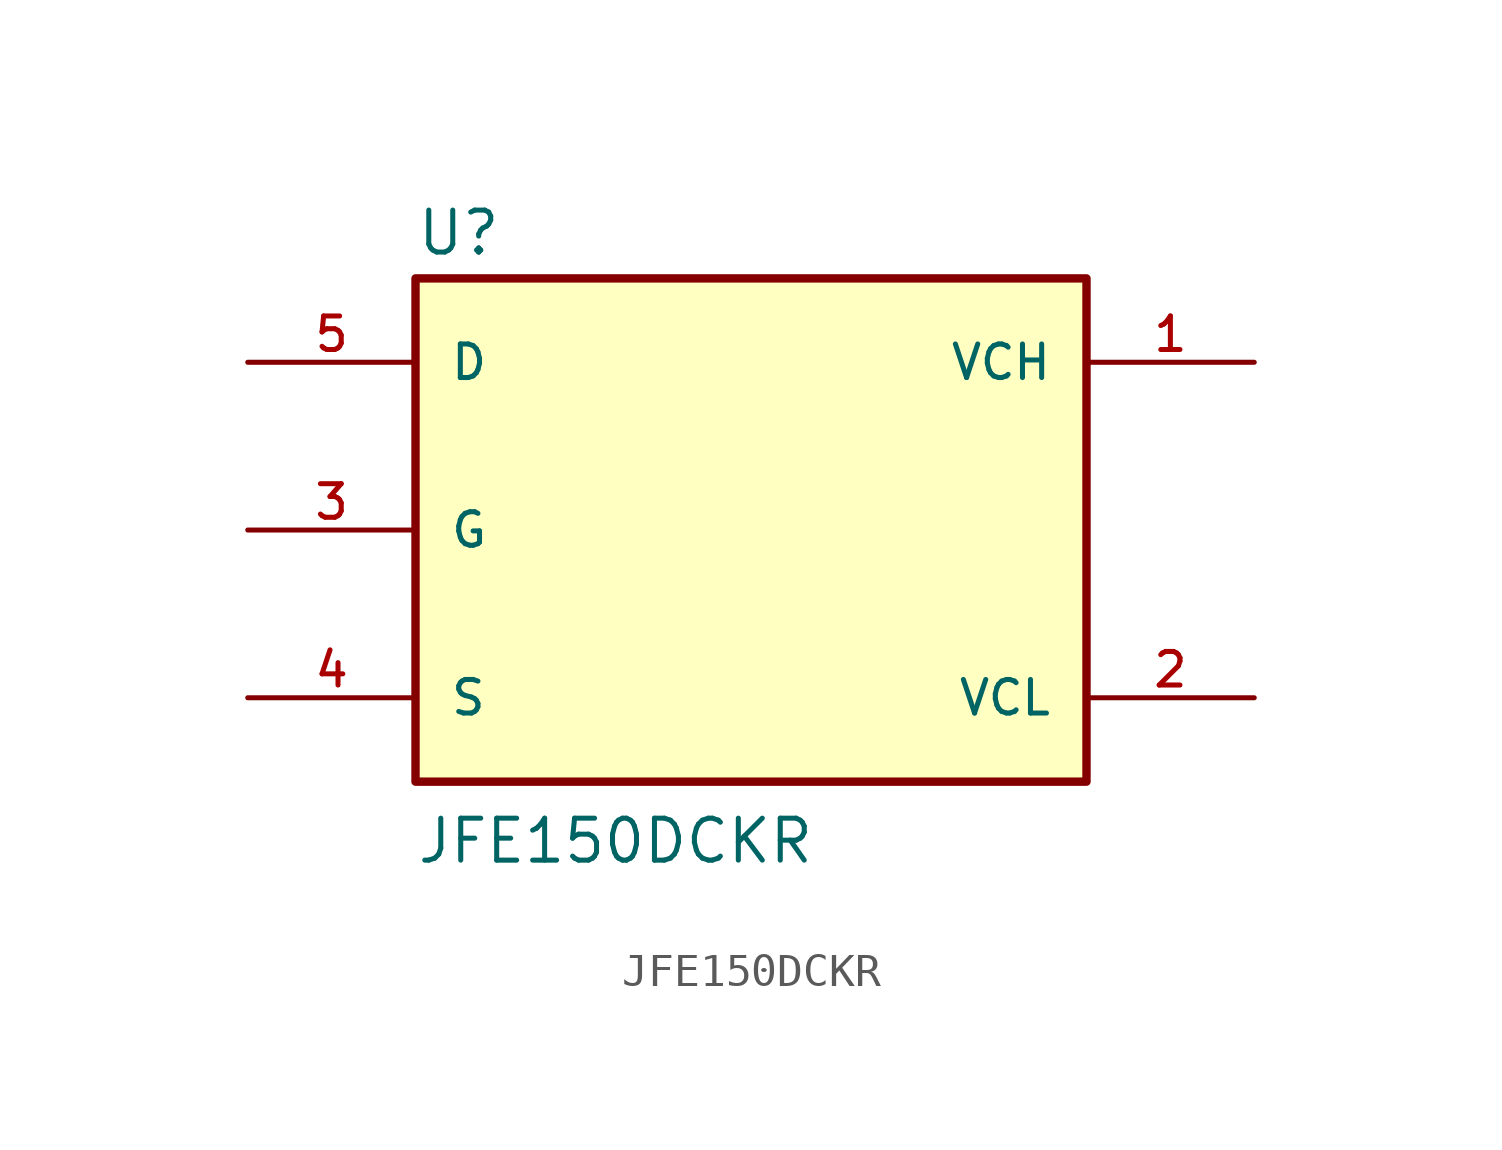
<source format=kicad_sym>
(kicad_symbol_lib
  (version 20211014)
  (generator kicad_symbol_editor)
  (symbol "JFE150DCKR"
    (pin_names
      (offset 1.016))
    (property "Reference" "U"
      (at -10.16 8.255 0)
      (effects (font (size 1.27 1.27)) (justify bottom left)))
    (property "Value" "JFE150DCKR"
      (at -10.16 -10.16 0)
      (effects (font (size 1.27 1.27)) (justify bottom left)))
    (symbol "JFE150DCKR_0_0"
      (rectangle (start -10.16 -7.62) (end 10.16 7.62) (stroke (width 0.254)) (fill (type background)))
      (pin output line (at -15.24 5.08 0) (length 5.08) (name "D" (effects (font (size 1.016 1.016)))) (number "5" (effects (font (size 1.016 1.016)))))
      (pin passive line (at 15.24 5.08 180.0) (length 5.08) (name "VCH" (effects (font (size 1.016 1.016)))) (number "1" (effects (font (size 1.016 1.016)))))
      (pin input line (at -15.24 0.0 0) (length 5.08) (name "G" (effects (font (size 1.016 1.016)))) (number "3" (effects (font (size 1.016 1.016)))))
      (pin passive line (at 15.24 -5.08 180.0) (length 5.08) (name "VCL" (effects (font (size 1.016 1.016)))) (number "2" (effects (font (size 1.016 1.016)))))
      (pin output line (at -15.24 -5.08 0) (length 5.08) (name "S" (effects (font (size 1.016 1.016)))) (number "4" (effects (font (size 1.016 1.016))))))))
</source>
